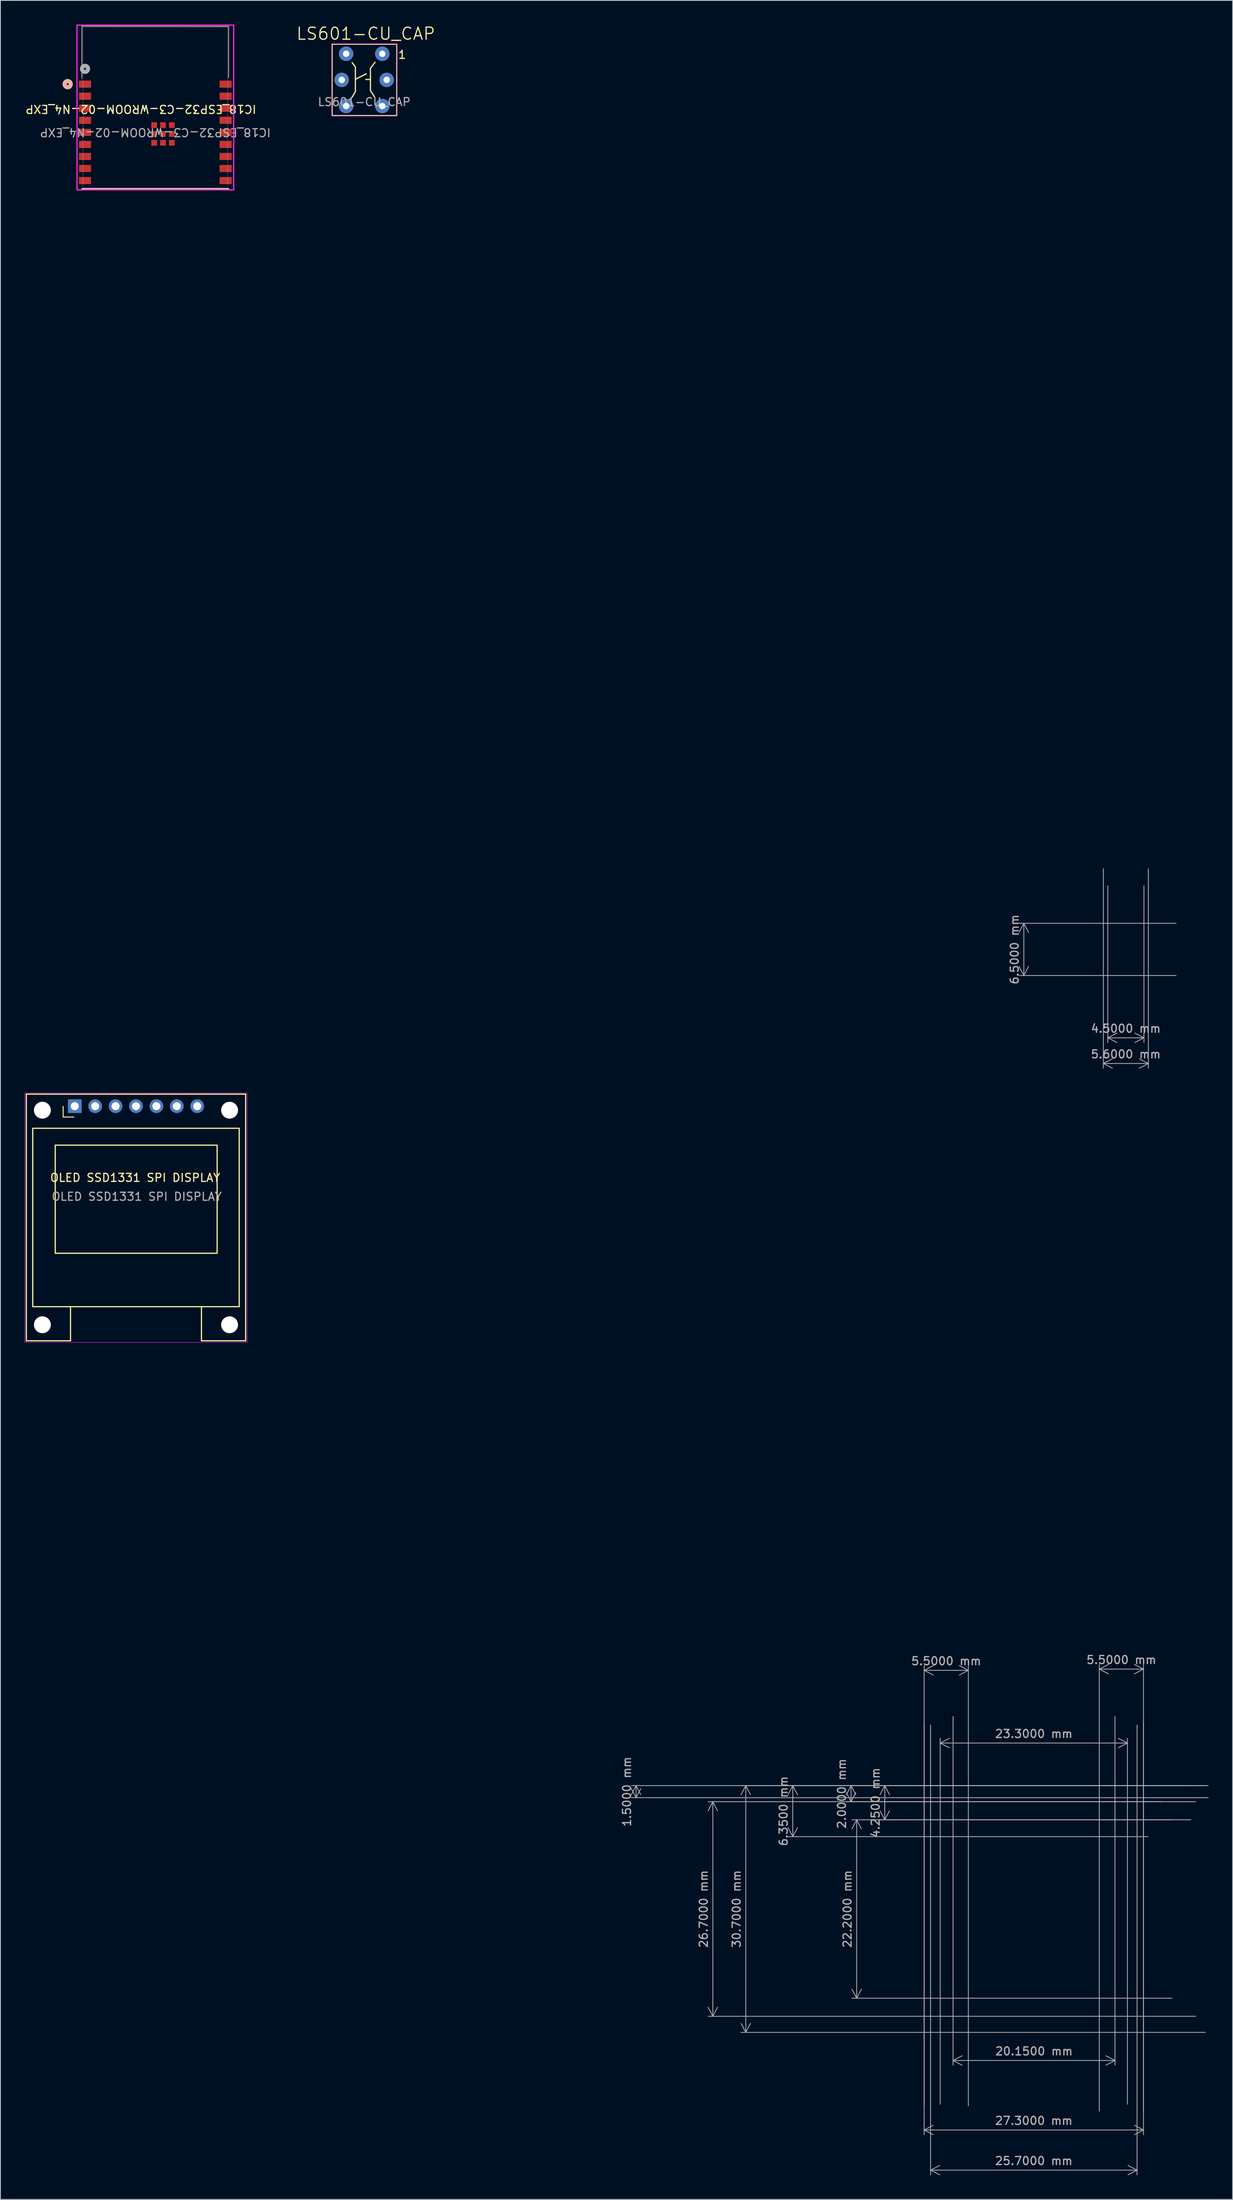
<source format=kicad_pcb>
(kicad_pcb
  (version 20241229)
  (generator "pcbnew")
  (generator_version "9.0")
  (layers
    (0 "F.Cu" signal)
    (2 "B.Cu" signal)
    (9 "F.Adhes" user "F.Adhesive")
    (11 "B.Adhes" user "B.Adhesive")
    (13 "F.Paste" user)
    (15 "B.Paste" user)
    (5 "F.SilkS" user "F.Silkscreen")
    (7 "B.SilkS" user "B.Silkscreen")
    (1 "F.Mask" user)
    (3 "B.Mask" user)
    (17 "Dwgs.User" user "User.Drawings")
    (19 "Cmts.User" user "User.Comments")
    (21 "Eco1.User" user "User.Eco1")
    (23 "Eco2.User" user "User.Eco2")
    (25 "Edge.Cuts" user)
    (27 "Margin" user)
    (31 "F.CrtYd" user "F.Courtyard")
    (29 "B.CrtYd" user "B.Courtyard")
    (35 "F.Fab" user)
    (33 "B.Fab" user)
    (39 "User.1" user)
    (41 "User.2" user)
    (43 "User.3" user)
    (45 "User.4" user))
  (footprint "IC18_ESP32-C3-WROOM-02-N4_EXP"
    (layer "F.Cu")
    (at 16.282 10.325)
    (property "Reference" "IC18_ESP32-C3-WROOM-02-N4_EXP" (at -1.8 0.195 180) (unlocked yes) (layer "F.SilkS") (effects (font (size 1 1) (thickness 0.15))))
    (attr smd)
    (fp_line (start -9.131 10.122) (end 9.131 10.122) (stroke (width 0.152) (type solid)) (layer "F.SilkS"))
    (fp_circle (center -10.909 -2.905) (end -10.528 -2.905) (stroke (width 0.508) (type solid)) (fill no) (layer "F.SilkS"))
    (fp_circle (center -10.909 -2.905) (end -10.528 -2.905) (stroke (width 0.508) (type solid)) (fill no) (layer "B.SilkS"))
    (fp_line (start -9.753 -10.249) (end -9.753 10.249) (stroke (width 0.152) (type solid)) (layer "F.CrtYd"))
    (fp_line (start -9.753 10.249) (end 9.753 10.249) (stroke (width 0.152) (type solid)) (layer "F.CrtYd"))
    (fp_line (start 9.753 -10.249) (end -9.753 -10.249) (stroke (width 0.152) (type solid)) (layer "F.CrtYd"))
    (fp_line (start 9.753 10.249) (end 9.753 -10.249) (stroke (width 0.152) (type solid)) (layer "F.CrtYd"))
    (fp_line (start -9.14 -10.12) (end -9.15 -3.67) (stroke (width 0.1) (type solid)) (layer "F.Fab"))
    (fp_line (start -9.004 -9.995) (end -9.004 9.995) (stroke (width 0.025) (type solid)) (layer "F.Fab"))
    (fp_line (start -9.004 9.995) (end 9.004 9.995) (stroke (width 0.025) (type solid)) (layer "F.Fab"))
    (fp_line (start 9.004 -9.995) (end -9.004 -9.995) (stroke (width 0.025) (type solid)) (layer "F.Fab"))
    (fp_line (start 9.004 9.995) (end 9.004 -9.995) (stroke (width 0.025) (type solid)) (layer "F.Fab"))
    (fp_line (start 9.12 -3.71) (end 9.13 -10.09) (stroke (width 0.1) (type solid)) (layer "F.Fab"))
    (fp_line (start 9.13 -10.09) (end -9.14 -10.12) (stroke (width 0.1) (type solid)) (layer "F.Fab"))
    (fp_circle (center -8.75 -4.81) (end -8.369 -4.81) (stroke (width 0.508) (type solid)) (fill no) (layer "F.Fab"))
    (fp_text user "${REFERENCE}" (at 0 3.095 180) (unlocked yes) (layer "F.Fab") (effects (font (size 1 1) (thickness 0.15))))
    (pad "1" smd rect (at -8.75 -2.905 180) (size 1.499 0.889) (layers "F.Cu" "F.Mask" "F.Paste"))
    (pad "2" smd rect (at -8.75 -1.405 180) (size 1.499 0.889) (layers "F.Cu" "F.Mask" "F.Paste"))
    (pad "3" smd rect (at -8.75 0.095 180) (size 1.499 0.889) (layers "F.Cu" "F.Mask" "F.Paste"))
    (pad "4" smd rect (at -8.75 1.595 180) (size 1.499 0.889) (layers "F.Cu" "F.Mask" "F.Paste"))
    (pad "5" smd rect (at -8.75 3.095 180) (size 1.499 0.889) (layers "F.Cu" "F.Mask" "F.Paste"))
    (pad "6" smd rect (at -8.75 4.595 180) (size 1.499 0.889) (layers "F.Cu" "F.Mask" "F.Paste"))
    (pad "7" smd rect (at -8.75 6.095 180) (size 1.499 0.889) (layers "F.Cu" "F.Mask" "F.Paste"))
    (pad "8" smd rect (at -8.75 7.595 180) (size 1.499 0.889) (layers "F.Cu" "F.Mask" "F.Paste"))
    (pad "9" smd rect (at -8.75 9.095 180) (size 1.499 0.889) (layers "F.Cu" "F.Mask" "F.Paste"))
    (pad "10" smd rect (at 8.75 9.095 180) (size 1.499 0.889) (layers "F.Cu" "F.Mask" "F.Paste"))
    (pad "11" smd rect (at 8.75 7.595 180) (size 1.499 0.889) (layers "F.Cu" "F.Mask" "F.Paste"))
    (pad "12" smd rect (at 8.75 6.095 180) (size 1.499 0.889) (layers "F.Cu" "F.Mask" "F.Paste"))
    (pad "13" smd rect (at 8.75 4.595 180) (size 1.499 0.889) (layers "F.Cu" "F.Mask" "F.Paste"))
    (pad "14" smd rect (at 8.75 3.095 180) (size 1.499 0.889) (layers "F.Cu" "F.Mask" "F.Paste"))
    (pad "15" smd rect (at 8.75 1.595 180) (size 1.499 0.889) (layers "F.Cu" "F.Mask" "F.Paste"))
    (pad "16" smd rect (at 8.75 0.095 180) (size 1.499 0.889) (layers "F.Cu" "F.Mask" "F.Paste"))
    (pad "17" smd rect (at 8.75 -1.405 180) (size 1.499 0.889) (layers "F.Cu" "F.Mask" "F.Paste"))
    (pad "18" smd rect (at 8.75 -2.905 180) (size 1.499 0.889) (layers "F.Cu" "F.Mask" "F.Paste"))
    (pad "19" smd rect (at -0.144 2.195 180) (size 0.711 0.711) (layers "F.Cu" "F.Mask" "F.Paste"))
    (pad "20" smd rect (at 0.956 2.195 180) (size 0.711 0.711) (layers "F.Cu" "F.Mask" "F.Paste"))
    (pad "21" smd rect (at 2.056 2.195 180) (size 0.711 0.711) (layers "F.Cu" "F.Mask" "F.Paste"))
    (pad "22" smd rect (at -0.144 3.295 180) (size 0.711 0.711) (layers "F.Cu" "F.Mask" "F.Paste"))
    (pad "23" smd rect (at 0.956 3.295 180) (size 0.711 0.711) (layers "F.Cu" "F.Mask" "F.Paste"))
    (pad "24" smd rect (at 2.056 3.295 180) (size 0.711 0.711) (layers "F.Cu" "F.Mask" "F.Paste"))
    (pad "25" smd rect (at -0.144 4.395 180) (size 0.711 0.711) (layers "F.Cu" "F.Mask" "F.Paste"))
    (pad "26" smd rect (at 0.956 4.395 180) (size 0.711 0.711) (layers "F.Cu" "F.Mask" "F.Paste"))
    (pad "27" smd rect (at 2.056 4.395 180) (size 0.711 0.711) (layers "F.Cu" "F.Mask" "F.Paste")))
  (footprint "OLED SSD1331 SPI DISPLAY"
    (layer "F.Cu")
    (at 13.875 148.452)
    (property "Reference" "OLED SSD1331 SPI DISPLAY" (at -0.1 -4.95 180) (layer "F.SilkS") (effects (font (size 1 1) (thickness 0.15))))
    (attr through_hole)
    (fp_line (start -13.65 -15.35) (end -13.65 15.35) (stroke (width 0.15) (type default)) (layer "F.SilkS"))
    (fp_line (start -13.65 -15.35) (end 13.65 -15.35) (stroke (width 0.15) (type default)) (layer "F.SilkS"))
    (fp_line (start -13.65 15.35) (end -8.15 15.35) (stroke (width 0.15) (type default)) (layer "F.SilkS"))
    (fp_line (start -9.065 -12.5) (end -9.065 -13.83) (stroke (width 0.12) (type solid)) (layer "F.SilkS"))
    (fp_line (start -8.15 15.35) (end -8.15 11.1) (stroke (width 0.15) (type default)) (layer "F.SilkS"))
    (fp_line (start -7.735 -12.5) (end -9.065 -12.5) (stroke (width 0.12) (type solid)) (layer "F.SilkS"))
    (fp_line (start 8.15 15.35) (end 8.15 11.1) (stroke (width 0.15) (type default)) (layer "F.SilkS"))
    (fp_line (start 13.65 -15.35) (end 13.65 15.35) (stroke (width 0.15) (type default)) (layer "F.SilkS"))
    (fp_line (start 13.65 15.35) (end 8.15 15.35) (stroke (width 0.15) (type default)) (layer "F.SilkS"))
    (fp_rect (start -12.85 -11.1) (end 12.85 11.1) (stroke (width 0.15) (type default)) (fill no) (layer "F.SilkS"))
    (fp_rect (start -10.05 -9) (end 10.1 4.45) (stroke (width 0.15) (type default)) (fill no) (layer "F.SilkS"))
    (fp_rect (start -13.85 -15.5) (end 13.85 15.55) (stroke (width 0.05) (type default)) (fill no) (layer "F.CrtYd"))
    (fp_text user "${REFERENCE}" (at 0.1 -2.6 180) (layer "F.Fab") (effects (font (size 1 1) (thickness 0.15))))
    (dimension (type aligned) (layer "F.Fab") (pts (xy 147.475 219.152) (xy 147.475 249.852)) (height 57.7) (format (prefix "") (suffix "") (units 3) (units_format 1) (precision 4)) (style (thickness 0.1) (arrow_length 1.27) (text_position_mode 0) (arrow_direction outward) (extension_height 0.586) (extension_offset 0.5) (keep_text_aligned yes)) (gr_text "30.7000 mm" (at 88.625 234.502 90) (layer "F.Fab") (effects (font (size 1 1) (thickness 0.15)))))
    (dimension (type aligned) (layer "F.Fab") (pts (xy 112.775 211.102) (xy 138.475 211.102)) (height 55.9) (format (prefix "") (suffix "") (units 3) (units_format 1) (precision 4)) (style (thickness 0.1) (arrow_length 1.27) (text_position_mode 0) (arrow_direction outward) (extension_height 0.586) (extension_offset 0.5) (keep_text_aligned yes)) (gr_text "25.7000 mm" (at 125.625 265.852 0) (layer "F.Fab") (effects (font (size 1 1) (thickness 0.15)))))
    (dimension (type aligned) (layer "F.Fab") (pts (xy 147.825 219.152) (xy 147.825 220.652)) (height 71.7) (format (prefix "") (suffix "") (units 3) (units_format 1) (precision 4)) (style (thickness 0.1) (arrow_length 1.27) (text_position_mode 0) (arrow_direction outward) (extension_height 0.586) (extension_offset 0.5) (keep_text_aligned yes)) (gr_text "1.5000 mm" (at 74.975 219.902 90) (layer "F.Fab") (effects (font (size 1 1) (thickness 0.15)))))
    (dimension (type aligned) (layer "F.Fab") (pts (xy 140.325 219.152) (xy 140.325 225.502)) (height 44.7) (format (prefix "") (suffix "") (units 3) (units_format 1) (precision 4)) (style (thickness 0.1) (arrow_length 1.27) (text_position_mode 0) (arrow_direction outward) (extension_height 0.586) (extension_offset 0.5) (keep_text_aligned yes)) (gr_text "6.3500 mm" (at 94.475 222.327 90) (layer "F.Fab") (effects (font (size 1 1) (thickness 0.15)))))
    (dimension (type aligned) (layer "F.Fab") (pts (xy 111.975 259.502) (xy 117.475 259.502)) (height -54.7) (format (prefix "") (suffix "") (units 3) (units_format 1) (precision 4)) (style (thickness 0.1) (arrow_length 1.27) (text_position_mode 0) (arrow_direction outward) (extension_height 0.586) (extension_offset 0.5) (keep_text_aligned yes)) (gr_text "5.5000 mm" (at 114.725 203.652 0) (layer "F.Fab") (effects (font (size 1 1) (thickness 0.15)))))
    (dimension (type aligned) (layer "F.Fab") (pts (xy 111.975 210.752) (xy 139.275 210.752)) (height 51.25) (format (prefix "") (suffix "") (units 3) (units_format 1) (precision 4)) (style (thickness 0.1) (arrow_length 1.27) (text_position_mode 0) (arrow_direction outward) (extension_height 0.586) (extension_offset 0.5) (keep_text_aligned yes)) (gr_text "27.3000 mm" (at 125.625 260.852 0) (layer "F.Fab") (effects (font (size 1 1) (thickness 0.15)))))
    (dimension (type aligned) (layer "F.Fab") (pts (xy 113.975 259.302) (xy 137.275 259.302)) (height -45.45) (format (prefix "") (suffix "") (units 3) (units_format 1) (precision 4)) (style (thickness 0.1) (arrow_length 1.27) (text_position_mode 0) (arrow_direction outward) (extension_height 0.586) (extension_offset 0.5) (keep_text_aligned yes)) (gr_text "23.3000 mm" (at 125.625 212.702 0) (layer "F.Fab") (effects (font (size 1 1) (thickness 0.15)))))
    (dimension (type aligned) (layer "F.Fab") (pts (xy 143.325 223.402) (xy 143.325 245.602)) (height 39.75) (format (prefix "") (suffix "") (units 3) (units_format 1) (precision 4)) (style (thickness 0.1) (arrow_length 1.27) (text_position_mode 0) (arrow_direction outward) (extension_height 0.586) (extension_offset 0.5) (keep_text_aligned yes)) (gr_text "22.2000 mm" (at 102.425 234.502 90) (layer "F.Fab") (effects (font (size 1 1) (thickness 0.15)))))
    (dimension (type aligned) (layer "F.Fab") (pts (xy 115.575 210.052) (xy 135.725 210.052)) (height 43.3) (format (prefix "") (suffix "") (units 3) (units_format 1) (precision 4)) (style (thickness 0.1) (arrow_length 1.27) (text_position_mode 0) (arrow_direction outward) (extension_height 0.586) (extension_offset 0.5) (keep_text_aligned yes)) (gr_text "20.1500 mm" (at 125.65 252.202 0) (layer "F.Fab") (effects (font (size 1 1) (thickness 0.15)))))
    (dimension (type aligned) (layer "F.Fab") (pts (xy 139.275 260.152) (xy 133.775 260.152)) (height 55.5) (format (prefix "") (suffix "") (units 3) (units_format 1) (precision 4)) (style (thickness 0.1) (arrow_length 1.27) (text_position_mode 0) (arrow_direction outward) (extension_height 0.586) (extension_offset 0.5) (keep_text_aligned yes)) (gr_text "5.5000 mm" (at 136.525 203.502 0) (layer "F.Fab") (effects (font (size 1 1) (thickness 0.15)))))
    (dimension (type aligned) (layer "F.Fab") (pts (xy 142.025 221.152) (xy 142.025 219.152)) (height -39.15) (format (prefix "") (suffix "") (units 3) (units_format 1) (precision 4)) (style (thickness 0.1) (arrow_length 1.27) (text_position_mode 0) (arrow_direction outward) (extension_height 0.586) (extension_offset 0.5) (keep_text_aligned yes)) (gr_text "2.0000 mm" (at 101.725 220.152 90) (layer "F.Fab") (effects (font (size 1 1) (thickness 0.15)))))
    (dimension (type aligned) (layer "F.Fab") (pts (xy 146.275 221.152) (xy 146.275 247.852)) (height 60.6) (format (prefix "") (suffix "") (units 3) (units_format 1) (precision 4)) (style (thickness 0.1) (arrow_length 1.27) (text_position_mode 0) (arrow_direction outward) (extension_height 0.586) (extension_offset 0.5) (keep_text_aligned yes)) (gr_text "26.7000 mm" (at 84.525 234.502 90) (layer "F.Fab") (effects (font (size 1 1) (thickness 0.15)))))
    (dimension (type aligned) (layer "F.Fab") (pts (xy 145.675 219.152) (xy 145.675 223.402)) (height 38.6) (format (prefix "") (suffix "") (units 3) (units_format 1) (precision 4)) (style (thickness 0.1) (arrow_length 1.27) (text_position_mode 0) (arrow_direction outward) (extension_height 0.586) (extension_offset 0.5) (keep_text_aligned yes)) (gr_text "4.2500 mm" (at 105.925 221.277 90) (layer "F.Fab") (effects (font (size 1 1) (thickness 0.15)))))
    (pad "" np_thru_hole circle (at -11.65 -13.35) (size 2.1 2.1) (drill 2.1) (layers "*.Cu" "*.Mask"))
    (pad "" np_thru_hole circle (at -11.65 13.35) (size 2.1 2.1) (drill 2.1) (layers "*.Cu" "*.Mask"))
    (pad "" np_thru_hole circle (at 11.65 -13.35) (size 2.1 2.1) (drill 2.1) (layers "*.Cu" "*.Mask"))
    (pad "" np_thru_hole circle (at 11.65 13.35) (size 2.1 2.1) (drill 2.1) (layers "*.Cu" "*.Mask"))
    (pad "1" thru_hole rect (at -7.62 -13.85 90) (size 1.7 1.7) (drill 1) (layers "*.Cu" "*.Mask"))
    (pad "2" thru_hole oval (at -5.08 -13.85 90) (size 1.7 1.7) (drill 1) (layers "*.Cu" "*.Mask"))
    (pad "3" thru_hole oval (at -2.54 -13.85 90) (size 1.7 1.7) (drill 1) (layers "*.Cu" "*.Mask"))
    (pad "4" thru_hole oval (at 0 -13.85 90) (size 1.7 1.7) (drill 1) (layers "*.Cu" "*.Mask"))
    (pad "5" thru_hole oval (at 2.54 -13.85 90) (size 1.7 1.7) (drill 1) (layers "*.Cu" "*.Mask"))
    (pad "6" thru_hole oval (at 5.08 -13.85 90) (size 1.7 1.7) (drill 1) (layers "*.Cu" "*.Mask"))
    (pad "7" thru_hole oval (at 7.62 -13.85 90) (size 1.7 1.7) (drill 1) (layers "*.Cu" "*.Mask")))
  (footprint "LS601-CU_CAP"
    (layer "F.Cu")
    (at 42.282 6.891)
    (property "Reference" "LS601-CU_CAP" (at 0.2 -5.75 0) (unlocked yes) (layer "F.SilkS") (effects (font (size 1.5 1.5) (thickness 0.15))))
    (attr through_hole)
    (fp_line (start -1.5 -2.15) (end -1.1 -1.6) (stroke (width 0.15) (type default)) (layer "F.SilkS"))
    (fp_line (start -1.1 -1.6) (end -1.1 1.45) (stroke (width 0.15) (type default)) (layer "F.SilkS"))
    (fp_line (start -1.1 -0.075) (end 0.25 -0.75) (stroke (width 0.15) (type default)) (layer "F.SilkS"))
    (fp_line (start -1.1 1.45) (end -1.5 2.15) (stroke (width 0.15) (type default)) (layer "F.SilkS"))
    (fp_line (start 0.775 -1.425) (end 0.775 1.325) (stroke (width 0.15) (type default)) (layer "F.SilkS"))
    (fp_line (start 0.775 -0.05) (end 0.2 -0.05) (stroke (width 0.15) (type default)) (layer "F.SilkS"))
    (fp_line (start 0.775 1.325) (end 1.3 2.15) (stroke (width 0.15) (type default)) (layer "F.SilkS"))
    (fp_line (start 1.35 -2.2) (end 0.775 -1.425) (stroke (width 0.15) (type default)) (layer "F.SilkS"))
    (fp_rect (start -4 -4.45) (end 4.05 4.45) (stroke (width 0.15) (type default)) (fill no) (layer "F.SilkS"))
    (fp_rect (start -4.05 -4.5) (end 4.05 4.5) (stroke (width 0.05) (type default)) (fill no) (layer "F.CrtYd"))
    (fp_text user "1" (at 4.15 -2.55 0) (unlocked yes) (layer "F.SilkS") (effects (font (size 1 1) (thickness 0.15)) (justify left bottom)))
    (fp_text user "${REFERENCE}" (at 0 2.75 0) (unlocked yes) (layer "F.Fab") (effects (font (size 1 1) (thickness 0.15))))
    (dimension (type aligned) (layer "F.Fab") (pts (xy 143.832 111.841) (xy 143.832 118.341)) (height 19.45) (format (prefix "") (suffix "") (units 3) (units_format 1) (precision 4)) (style (thickness 0.1) (arrow_length 1.27) (text_position_mode 0) (arrow_direction outward) (extension_height 0.586) (extension_offset 0.5) (keep_text_aligned yes)) (gr_text "6.5000 mm" (at 123.232 115.091 90) (layer "F.Fab") (effects (font (size 1 1) (thickness 0.15)))))
    (dimension (type aligned) (layer "F.Fab") (pts (xy 134.832 106.691) (xy 139.332 106.691)) (height 19.4) (format (prefix "") (suffix "") (units 3) (units_format 1) (precision 4)) (style (thickness 0.1) (arrow_length 1.27) (text_position_mode 0) (arrow_direction outward) (extension_height 0.586) (extension_offset 0.5) (keep_text_aligned yes)) (gr_text "4.5000 mm" (at 137.082 124.941 0) (layer "F.Fab") (effects (font (size 1 1) (thickness 0.15)))))
    (dimension (type aligned) (layer "F.Fab") (pts (xy 134.282 104.541) (xy 139.882 104.541)) (height 24.75) (format (prefix "") (suffix "") (units 3) (units_format 1) (precision 4)) (style (thickness 0.1) (arrow_length 1.27) (text_position_mode 0) (arrow_direction outward) (extension_height 0.586) (extension_offset 0.5) (keep_text_aligned yes)) (gr_text "5.6000 mm" (at 137.082 128.141 0) (layer "F.Fab") (effects (font (size 1 1) (thickness 0.15)))))
    (pad "1" thru_hole circle (at 2.25 -3.25) (size 1.8 1.8) (drill 0.8) (layers "*.Cu" "*.Mask"))
    (pad "2" thru_hole circle (at 2.25 3.25) (size 1.8 1.8) (drill 0.8) (layers "*.Cu" "*.Mask"))
    (pad "3" thru_hole circle (at -2.25 -3.25) (size 1.8 1.8) (drill 0.8) (layers "*.Cu" "*.Mask"))
    (pad "4" thru_hole circle (at -2.25 3.25) (size 1.8 1.8) (drill 0.8) (layers "*.Cu" "*.Mask"))
    (pad "5" thru_hole circle (at -2.8 0) (size 1.8 1.8) (drill 0.8) (layers "*.Cu" "*.Mask"))
    (pad "6" thru_hole circle (at 2.8 0) (size 1.8 1.8) (drill 0.8) (layers "*.Cu" "*.Mask")))
  (gr_rect
    (start -3 -3)
    (end 150.375 270.639)
    (stroke (width 0.1) (type default))
    (fill no)
    (layer "Edge.Cuts")))
</source>
